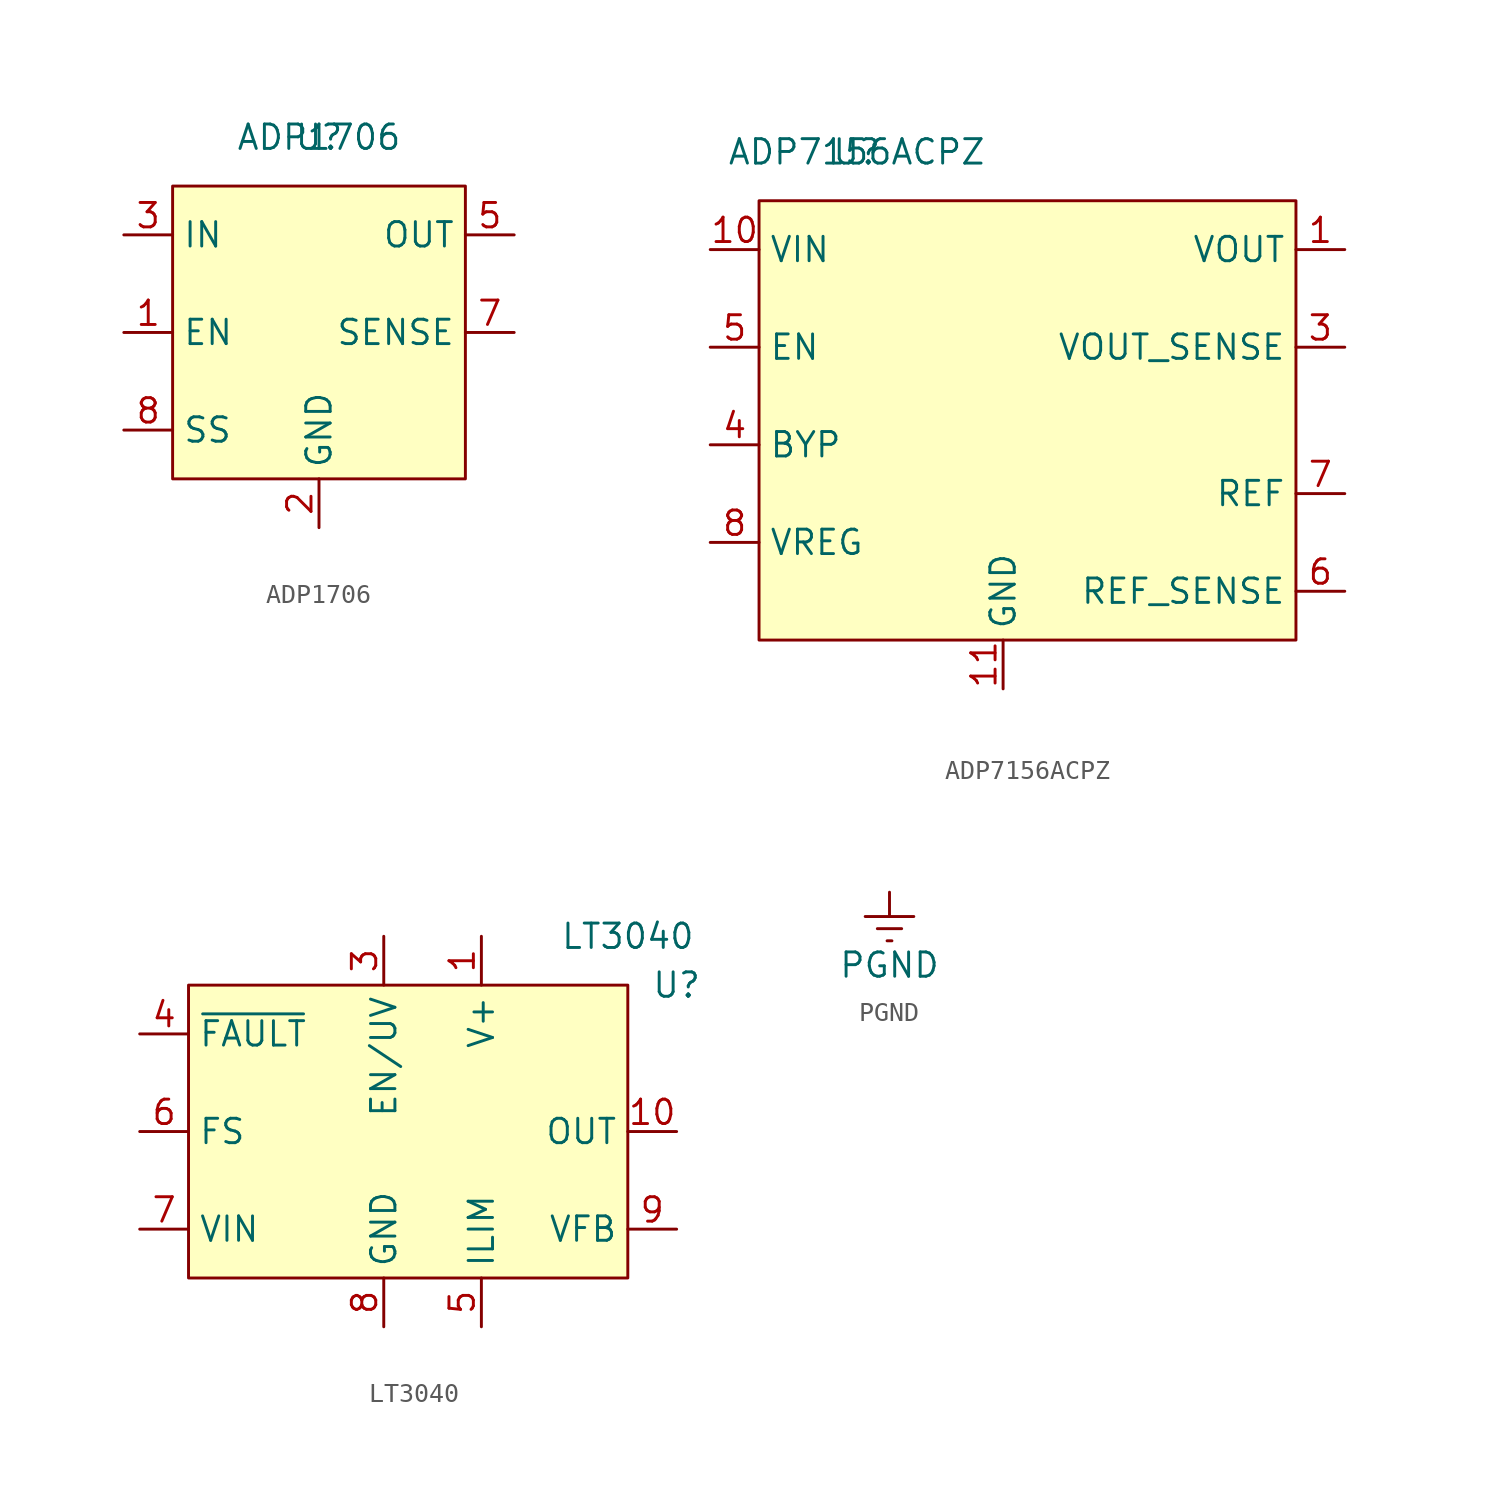
<source format=kicad_sym>
(kicad_symbol_lib
  (version 20211014)
  (generator kicad_symbol_editor)
  (symbol "ADP1706"
    (property "Reference" "U"
      (at 2.54 7.62 0)
      (effects (font (size 1.27 1.27))))
    (property "Value" "ADP1706"
      (at 2.54 7.62 0)
      (effects (font (size 1.27 1.27))))
    (symbol "ADP1706_0_1"
      (rectangle (start -5.08 5.08) (end 10.16 -10.16) (stroke (width 0) (type default) (color 0 0 0 0)) (fill (type background))))
    (symbol "ADP1706_1_1"
      (pin input line (at -7.62 -2.54 0) (length 2.54) (name "EN" (effects (font (size 1.27 1.27)))) (number "1" (effects (font (size 1.27 1.27)))))
      (pin power_in line (at 2.54 -12.7 90) (length 2.54) (name "GND" (effects (font (size 1.27 1.27)))) (number "2" (effects (font (size 1.27 1.27)))))
      (pin power_in line (at -7.62 2.54 0) (length 2.54) (name "IN" (effects (font (size 1.27 1.27)))) (number "3" (effects (font (size 1.27 1.27)))))
      (pin power_in line (at -7.62 2.54 0) (length 2.54) hide (name "IN" (effects (font (size 1.27 1.27)))) (number "4" (effects (font (size 1.27 1.27)))))
      (pin power_out line (at 12.7 2.54 180) (length 2.54) (name "OUT" (effects (font (size 1.27 1.27)))) (number "5" (effects (font (size 1.27 1.27)))))
      (pin output line (at 12.7 2.54 180) (length 2.54) hide (name "OUT" (effects (font (size 1.27 1.27)))) (number "6" (effects (font (size 1.27 1.27)))))
      (pin input line (at 12.7 -2.54 180) (length 2.54) (name "SENSE" (effects (font (size 1.27 1.27)))) (number "7" (effects (font (size 1.27 1.27)))))
      (pin input line (at -7.62 -7.62 0) (length 2.54) (name "SS" (effects (font (size 1.27 1.27)))) (number "8" (effects (font (size 1.27 1.27)))))
      (pin input line (at 2.54 -12.7 90) (length 2.54) hide (name "EP" (effects (font (size 1.27 1.27)))) (number "9" (effects (font (size 1.27 1.27)))))))
  (symbol "ADP7156ACPZ"
    (property "Reference" "U"
      (at 0 7.62 0)
      (effects (font (size 1.27 1.27))))
    (property "Value" "ADP7156ACPZ"
      (at 0 7.62 0)
      (effects (font (size 1.27 1.27))))
    (symbol "ADP7156ACPZ_0_1"
      (rectangle (start -5.08 5.08) (end 22.86 -17.78) (stroke (width 0) (type default) (color 0 0 0 0)) (fill (type background))))
    (symbol "ADP7156ACPZ_1_1"
      (pin power_out line (at 25.4 2.54 180) (length 2.54) (name "VOUT" (effects (font (size 1.27 1.27)))) (number "1" (effects (font (size 1.27 1.27)))))
      (pin power_in line (at -7.62 2.54 0) (length 2.54) (name "VIN" (effects (font (size 1.27 1.27)))) (number "10" (effects (font (size 1.27 1.27)))))
      (pin power_in line (at 7.62 -20.32 90) (length 2.54) (name "GND" (effects (font (size 1.27 1.27)))) (number "11" (effects (font (size 1.27 1.27)))))
      (pin unspecified line (at 25.4 2.54 180) (length 2.54) hide (name "VOUT" (effects (font (size 1.27 1.27)))) (number "2" (effects (font (size 1.27 1.27)))))
      (pin power_out line (at 25.4 -2.54 180) (length 2.54) (name "VOUT_SENSE" (effects (font (size 1.27 1.27)))) (number "3" (effects (font (size 1.27 1.27)))))
      (pin input line (at -7.62 -7.62 0) (length 2.54) (name "BYP" (effects (font (size 1.27 1.27)))) (number "4" (effects (font (size 1.27 1.27)))))
      (pin input line (at -7.62 -2.54 0) (length 2.54) (name "EN" (effects (font (size 1.27 1.27)))) (number "5" (effects (font (size 1.27 1.27)))))
      (pin power_out line (at 25.4 -15.24 180) (length 2.54) (name "REF_SENSE" (effects (font (size 1.27 1.27)))) (number "6" (effects (font (size 1.27 1.27)))))
      (pin power_out line (at 25.4 -10.16 180) (length 2.54) (name "REF" (effects (font (size 1.27 1.27)))) (number "7" (effects (font (size 1.27 1.27)))))
      (pin input line (at -7.62 -12.7 0) (length 2.54) (name "VREG" (effects (font (size 1.27 1.27)))) (number "8" (effects (font (size 1.27 1.27)))))
      (pin unspecified line (at -7.62 2.54 0) (length 2.54) hide (name "VIN" (effects (font (size 1.27 1.27)))) (number "9" (effects (font (size 1.27 1.27)))))))
  (symbol "LT3040"
    (property "Reference" "U"
      (at 12.7 7.62 0)
      (effects (font (size 1.27 1.27))))
    (property "Value" "LT3040"
      (at 10.16 10.16 0)
      (effects (font (size 1.27 1.27))))
    (symbol "LT3040_0_1"
      (rectangle (start -12.7 7.62) (end 10.16 -7.62) (stroke (width 0) (type default) (color 0 0 0 0)) (fill (type background))))
    (symbol "LT3040_1_1"
      (pin power_in line (at 2.54 10.16 270) (length 2.54) (name "V+" (effects (font (size 1.27 1.27)))) (number "1" (effects (font (size 1.27 1.27)))))
      (pin power_out line (at 12.7 0 180) (length 2.54) (name "OUT" (effects (font (size 1.27 1.27)))) (number "10" (effects (font (size 1.27 1.27)))))
      (pin power_in line (at 2.54 10.16 270) (length 2.54) hide (name "V+" (effects (font (size 1.27 1.27)))) (number "2" (effects (font (size 1.27 1.27)))))
      (pin input line (at -2.54 10.16 270) (length 2.54) (name "EN/UV" (effects (font (size 1.27 1.27)))) (number "3" (effects (font (size 1.27 1.27)))))
      (pin output line (at -15.24 5.08 0) (length 2.54) (name "~{FAULT}" (effects (font (size 1.27 1.27)))) (number "4" (effects (font (size 1.27 1.27)))))
      (pin input line (at 2.54 -10.16 90) (length 2.54) (name "ILIM" (effects (font (size 1.27 1.27)))) (number "5" (effects (font (size 1.27 1.27)))))
      (pin input line (at -15.24 0 0) (length 2.54) (name "FS" (effects (font (size 1.27 1.27)))) (number "6" (effects (font (size 1.27 1.27)))))
      (pin power_in line (at -15.24 -5.08 0) (length 2.54) (name "VIN" (effects (font (size 1.27 1.27)))) (number "7" (effects (font (size 1.27 1.27)))))
      (pin power_in line (at -2.54 -10.16 90) (length 2.54) (name "GND" (effects (font (size 1.27 1.27)))) (number "8" (effects (font (size 1.27 1.27)))))
      (pin input line (at 12.7 -5.08 180) (length 2.54) (name "VFB" (effects (font (size 1.27 1.27)))) (number "9" (effects (font (size 1.27 1.27)))))))
  (symbol "PGND"
    (power)
    (pin_names
      (offset 0))
    (property "Reference" "#PWR"
      (at 0 -6.35 0)
      (effects (font (size 1.27 1.27)) hide))
    (property "Value" "PGND"
      (at 0 -3.81 0)
      (effects (font (size 1.27 1.27))))
    (symbol "PGND_0_1"
      (polyline (pts (xy -0.635 -1.905) (xy 0.635 -1.905)) (stroke (width 0) (type default) (color 0 0 0 0)) (fill (type none)))
      (polyline (pts (xy -0.127 -2.54) (xy 0.127 -2.54)) (stroke (width 0) (type default) (color 0 0 0 0)) (fill (type none)))
      (polyline (pts (xy 0 -1.27) (xy 0 0)) (stroke (width 0) (type default) (color 0 0 0 0)) (fill (type none)))
      (polyline (pts (xy 1.27 -1.27) (xy -1.27 -1.27)) (stroke (width 0) (type default) (color 0 0 0 0)) (fill (type none))))
    (symbol "PGND_1_1"
      (pin power_in line (at 0 0 270) (length 0) hide (name "PGND" (effects (font (size 1.27 1.27)))) (number "1" (effects (font (size 1.27 1.27))))))))
</source>
